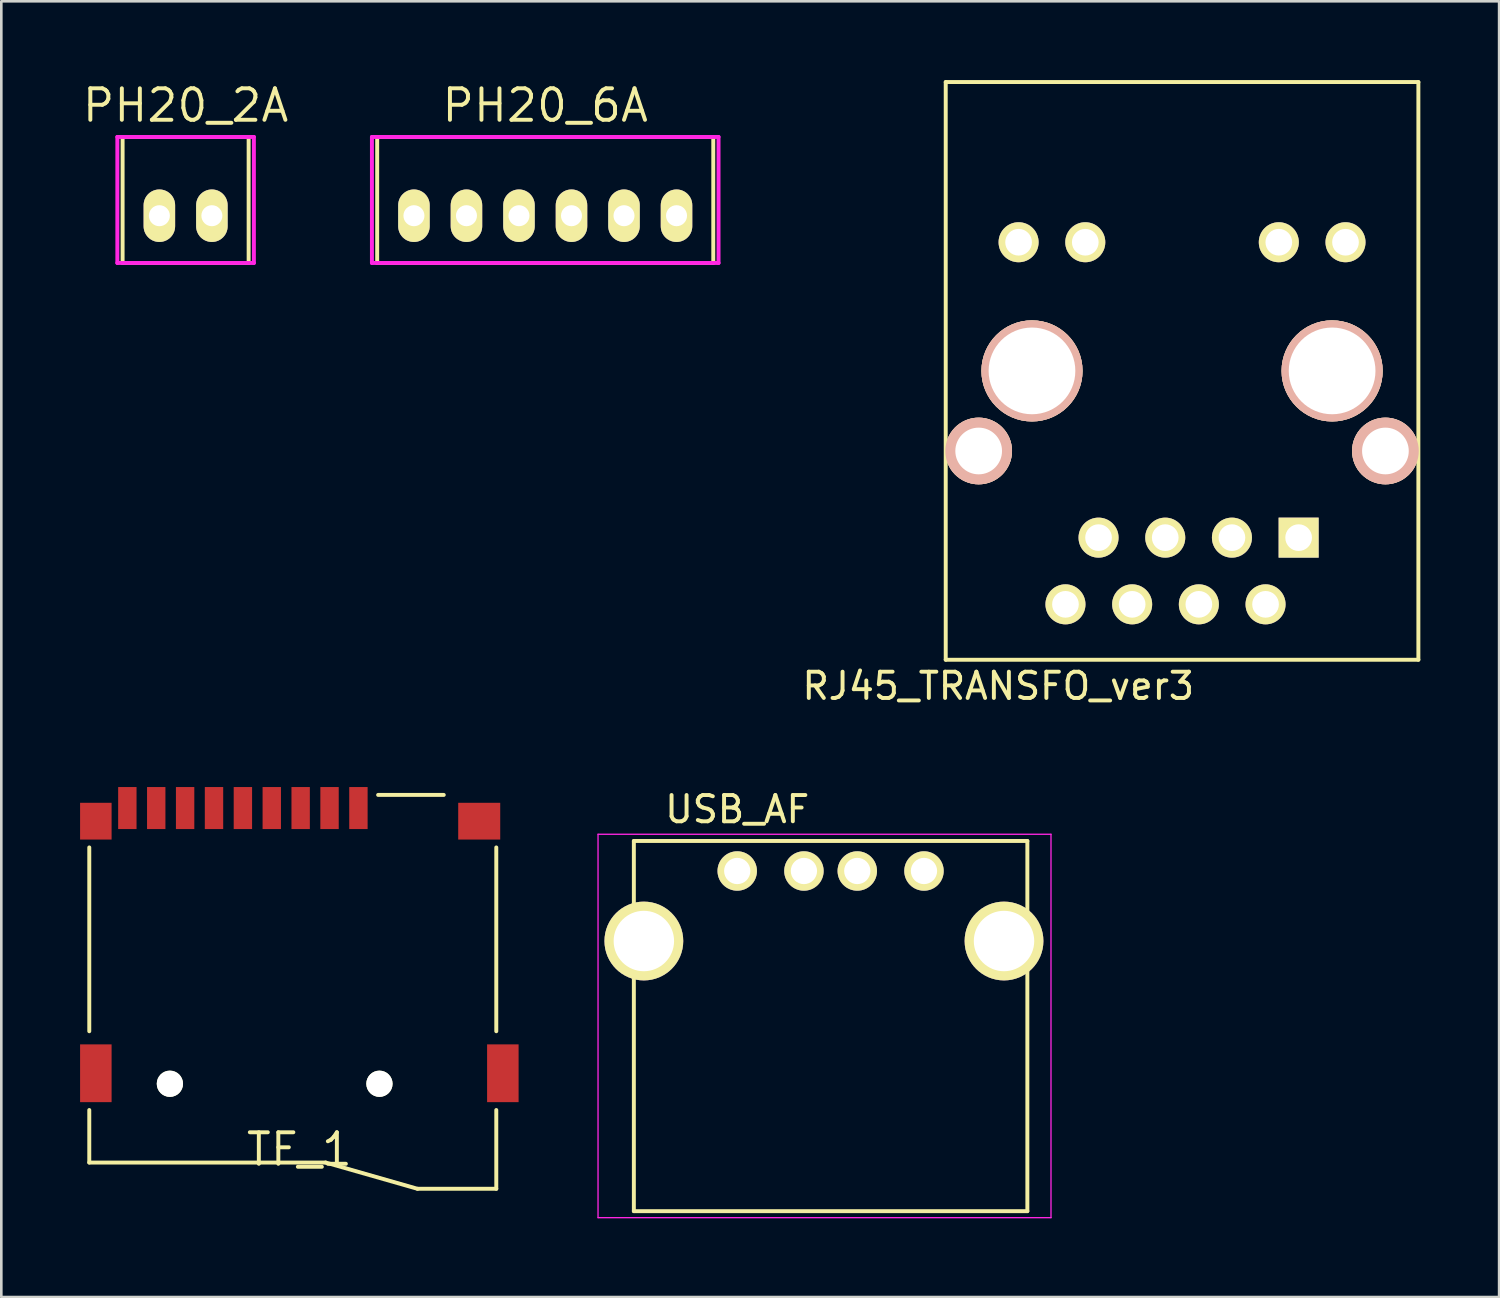
<source format=kicad_pcb>
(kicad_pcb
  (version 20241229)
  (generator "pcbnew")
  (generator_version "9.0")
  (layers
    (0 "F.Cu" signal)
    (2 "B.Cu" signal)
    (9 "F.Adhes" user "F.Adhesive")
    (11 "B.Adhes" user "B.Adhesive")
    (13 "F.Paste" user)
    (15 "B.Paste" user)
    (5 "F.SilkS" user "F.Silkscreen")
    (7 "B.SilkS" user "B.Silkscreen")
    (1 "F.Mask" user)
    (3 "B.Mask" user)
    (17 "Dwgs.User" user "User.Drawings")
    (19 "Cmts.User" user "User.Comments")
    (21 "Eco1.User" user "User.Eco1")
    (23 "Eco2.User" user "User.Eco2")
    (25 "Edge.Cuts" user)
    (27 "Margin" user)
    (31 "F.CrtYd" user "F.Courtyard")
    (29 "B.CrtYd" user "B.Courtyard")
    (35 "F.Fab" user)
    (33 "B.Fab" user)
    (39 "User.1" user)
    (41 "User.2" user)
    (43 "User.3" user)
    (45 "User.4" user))
  (footprint "PH20_6A"
    (layer "F.Cu")
    (at 17.714 5.165)
    (property "Reference" "PH20_6A" (at 0 -4.2 0) (layer "F.SilkS") (effects (font (size 1.2 1.2) (thickness 0.15))))
    (attr through_hole)
    (fp_line (start -6.4 -3) (end 6.4 -3) (stroke (width 0.15) (type solid)) (layer "F.SilkS"))
    (fp_line (start -6.4 1.8) (end -6.4 -3) (stroke (width 0.15) (type solid)) (layer "F.SilkS"))
    (fp_line (start 6.4 -3) (end 6.4 1.8) (stroke (width 0.15) (type solid)) (layer "F.SilkS"))
    (fp_line (start 6.4 1.8) (end -6.4 1.8) (stroke (width 0.15) (type solid)) (layer "F.SilkS"))
    (fp_line (start -6.6 -3) (end 6.6 -3) (stroke (width 0.15) (type solid)) (layer "F.CrtYd"))
    (fp_line (start -6.6 1.8) (end -6.6 -3) (stroke (width 0.15) (type solid)) (layer "F.CrtYd"))
    (fp_line (start 6.6 -3) (end 6.6 1.8) (stroke (width 0.15) (type solid)) (layer "F.CrtYd"))
    (fp_line (start 6.6 1.8) (end -6.6 1.8) (stroke (width 0.15) (type solid)) (layer "F.CrtYd"))
    (pad "1" thru_hole oval (at -5 0) (size 1.2 2) (drill 0.8) (layers "*.Cu" "*.Mask" "F.SilkS"))
    (pad "2" thru_hole oval (at -3 0) (size 1.2 2) (drill 0.8) (layers "*.Cu" "*.Mask" "F.SilkS"))
    (pad "3" thru_hole oval (at -1 0) (size 1.2 2) (drill 0.8) (layers "*.Cu" "*.Mask" "F.SilkS"))
    (pad "4" thru_hole oval (at 1 0) (size 1.2 2) (drill 0.8) (layers "*.Cu" "*.Mask" "F.SilkS"))
    (pad "5" thru_hole oval (at 3 0) (size 1.2 2) (drill 0.8) (layers "*.Cu" "*.Mask" "F.SilkS"))
    (pad "6" thru_hole oval (at 5 0) (size 1.2 2) (drill 0.8) (layers "*.Cu" "*.Mask" "F.SilkS")))
  (footprint "USB_AF"
    (layer "F.Cu")
    (at 25.025 30.122)
    (property "Reference" "USB_AF" (at 0 -2.35 0) (layer "F.SilkS") (effects (font (size 1 1) (thickness 0.15))))
    (attr through_hole)
    (fp_line (start -3.936 12.952) (end -3.936 -1.145) (stroke (width 0.15) (type solid)) (layer "F.SilkS"))
    (fp_line (start 11.05 -1.145) (end -3.936 -1.145) (stroke (width 0.15) (type solid)) (layer "F.SilkS"))
    (fp_line (start 11.05 -1.145) (end 11.05 12.952) (stroke (width 0.15) (type solid)) (layer "F.SilkS"))
    (fp_line (start 11.05 12.952) (end -3.936 12.952) (stroke (width 0.15) (type solid)) (layer "F.SilkS"))
    (fp_line (start -5.3 -1.4) (end 11.95 -1.4) (stroke (width 0.05) (type solid)) (layer "F.CrtYd"))
    (fp_line (start -5.3 13.2) (end -5.3 -1.4) (stroke (width 0.05) (type solid)) (layer "F.CrtYd"))
    (fp_line (start -5.3 13.2) (end 11.95 13.2) (stroke (width 0.05) (type solid)) (layer "F.CrtYd"))
    (fp_line (start 11.95 -1.4) (end 11.95 13.2) (stroke (width 0.05) (type solid)) (layer "F.CrtYd"))
    (pad "1" thru_hole circle (at 0.001 -0.002 270) (size 1.501 1.501) (drill 1.001) (layers "*.Cu" "*.Mask" "F.SilkS"))
    (pad "2" thru_hole circle (at 2.541 -0.002 270) (size 1.501 1.501) (drill 1.001) (layers "*.Cu" "*.Mask" "F.SilkS"))
    (pad "3" thru_hole circle (at 4.573 -0.002 270) (size 1.501 1.501) (drill 1.001) (layers "*.Cu" "*.Mask" "F.SilkS"))
    (pad "4" thru_hole circle (at 7.113 -0.002 270) (size 1.501 1.501) (drill 1.001) (layers "*.Cu" "*.Mask" "F.SilkS"))
    (pad "5" thru_hole circle (at -3.555 2.665 270) (size 3 3) (drill 2.301) (layers "*.Cu" "*.Mask" "F.SilkS"))
    (pad "5" thru_hole circle (at 10.161 2.665 270) (size 3 3) (drill 2.301) (layers "*.Cu" "*.Mask" "F.SilkS")))
  (footprint "TF_1"
    (layer "F.Cu")
    (at 8.35 38.223)
    (property "Reference" "TF_1" (at 0 2.5 0) (layer "F.SilkS") (effects (font (size 1.2 1.2) (thickness 0.15))))
    (attr through_hole)
    (fp_line (start -8 -2) (end -8 -9) (stroke (width 0.15) (type solid)) (layer "F.SilkS"))
    (fp_line (start -8 1) (end -8 3) (stroke (width 0.15) (type solid)) (layer "F.SilkS"))
    (fp_line (start -8 3) (end 1 3) (stroke (width 0.15) (type solid)) (layer "F.SilkS"))
    (fp_line (start 1 3) (end 4.5 4) (stroke (width 0.15) (type solid)) (layer "F.SilkS"))
    (fp_line (start 4.5 4) (end 7.5 4) (stroke (width 0.15) (type solid)) (layer "F.SilkS"))
    (fp_line (start 5.5 -11) (end 3 -11) (stroke (width 0.15) (type solid)) (layer "F.SilkS"))
    (fp_line (start 7.5 -2) (end 7.5 -9) (stroke (width 0.15) (type solid)) (layer "F.SilkS"))
    (fp_line (start 7.5 4) (end 7.5 1) (stroke (width 0.15) (type solid)) (layer "F.SilkS"))
    (pad "" np_thru_hole circle (at -4.93 0) (size 1 1) (drill 1) (layers "*.Cu" "*.Mask" "F.SilkS"))
    (pad "" np_thru_hole circle (at 3.05 0) (size 1 1) (drill 1) (layers "*.Cu" "*.Mask" "F.SilkS"))
    (pad "1" smd rect (at 2.25 -10.5) (size 0.7 1.6) (layers "F.Cu" "F.Mask" "F.Paste"))
    (pad "2" smd rect (at 1.15 -10.5) (size 0.7 1.6) (layers "F.Cu" "F.Mask" "F.Paste"))
    (pad "3" smd rect (at 0.05 -10.5) (size 0.7 1.6) (layers "F.Cu" "F.Mask" "F.Paste"))
    (pad "4" smd rect (at -1.05 -10.5) (size 0.7 1.6) (layers "F.Cu" "F.Mask" "F.Paste"))
    (pad "5" smd rect (at -2.15 -10.5) (size 0.7 1.6) (layers "F.Cu" "F.Mask" "F.Paste"))
    (pad "6" smd rect (at -3.25 -10.5) (size 0.7 1.6) (layers "F.Cu" "F.Mask" "F.Paste"))
    (pad "7" smd rect (at -4.35 -10.5) (size 0.7 1.6) (layers "F.Cu" "F.Mask" "F.Paste"))
    (pad "8" smd rect (at -5.45 -10.5) (size 0.7 1.6) (layers "F.Cu" "F.Mask" "F.Paste"))
    (pad "9" smd rect (at -6.55 -10.5) (size 0.7 1.6) (layers "F.Cu" "F.Mask" "F.Paste"))
    (pad "10" smd rect (at -7.75 -10) (size 1.2 1.4) (layers "F.Cu" "F.Mask" "F.Paste"))
    (pad "10" smd rect (at -7.75 -0.4) (size 1.2 2.2) (layers "F.Cu" "F.Mask" "F.Paste"))
    (pad "10" smd rect (at 6.85 -10) (size 1.6 1.4) (layers "F.Cu" "F.Mask" "F.Paste"))
    (pad "10" smd rect (at 7.75 -0.4) (size 1.2 2.2) (layers "F.Cu" "F.Mask" "F.Paste")))
  (footprint "PH20_2A"
    (layer "F.Cu")
    (at 4.019 5.165)
    (property "Reference" "PH20_2A" (at 0 -4.2 0) (layer "F.SilkS") (effects (font (size 1.2 1.2) (thickness 0.15))))
    (attr through_hole)
    (fp_line (start -2.4 -3) (end 2.4 -3) (stroke (width 0.15) (type solid)) (layer "F.SilkS"))
    (fp_line (start -2.4 1.8) (end -2.4 -3) (stroke (width 0.15) (type solid)) (layer "F.SilkS"))
    (fp_line (start 2.4 -3) (end 2.4 1.8) (stroke (width 0.15) (type solid)) (layer "F.SilkS"))
    (fp_line (start 2.4 1.8) (end -2.4 1.8) (stroke (width 0.15) (type solid)) (layer "F.SilkS"))
    (fp_line (start -2.6 -3) (end 2.6 -3) (stroke (width 0.15) (type solid)) (layer "F.CrtYd"))
    (fp_line (start -2.6 1.8) (end -2.6 -3) (stroke (width 0.15) (type solid)) (layer "F.CrtYd"))
    (fp_line (start 2.6 -3) (end 2.6 1.8) (stroke (width 0.15) (type solid)) (layer "F.CrtYd"))
    (fp_line (start 2.6 1.8) (end -2.6 1.8) (stroke (width 0.15) (type solid)) (layer "F.CrtYd"))
    (pad "1" thru_hole oval (at -1 0) (size 1.2 2) (drill 0.8) (layers "*.Cu" "*.Mask" "F.SilkS"))
    (pad "2" thru_hole oval (at 1 0) (size 1.2 2) (drill 0.8) (layers "*.Cu" "*.Mask" "F.SilkS")))
  (footprint "RJ45_TRANSFO_ver3"
    (layer "F.Cu")
    (at 41.966 11.075)
    (property "Reference" "RJ45_TRANSFO_ver3" (at -7 12 0) (layer "F.SilkS") (effects (font (size 1 1) (thickness 0.15))))
    (attr through_hole)
    (fp_line (start -9 -11) (end 9 -11) (stroke (width 0.15) (type solid)) (layer "F.SilkS"))
    (fp_line (start -9 11) (end -9 -11) (stroke (width 0.15) (type solid)) (layer "F.SilkS"))
    (fp_line (start 9 -11) (end 9 11) (stroke (width 0.15) (type solid)) (layer "F.SilkS"))
    (fp_line (start 9 11) (end -9 11) (stroke (width 0.15) (type solid)) (layer "F.SilkS"))
    (pad "1" thru_hole rect (at 4.44 6.35) (size 1.524 1.524) (drill 1.016) (layers "*.Cu" "*.Mask" "F.SilkS"))
    (pad "2" thru_hole circle (at 3.18 8.89) (size 1.524 1.524) (drill 1.016) (layers "*.Cu" "*.Mask" "F.SilkS"))
    (pad "3" thru_hole circle (at 1.9 6.35) (size 1.524 1.524) (drill 1.016) (layers "*.Cu" "*.Mask" "F.SilkS"))
    (pad "4" thru_hole circle (at 0.64 8.89) (size 1.524 1.524) (drill 1.016) (layers "*.Cu" "*.Mask" "F.SilkS"))
    (pad "5" thru_hole circle (at -0.64 6.35) (size 1.524 1.524) (drill 1.016) (layers "*.Cu" "*.Mask" "F.SilkS"))
    (pad "6" thru_hole circle (at -1.9 8.89) (size 1.524 1.524) (drill 1.016) (layers "*.Cu" "*.Mask" "F.SilkS"))
    (pad "7" thru_hole circle (at -3.18 6.35) (size 1.524 1.524) (drill 1.016) (layers "*.Cu" "*.Mask" "F.SilkS"))
    (pad "8" thru_hole circle (at -4.44 8.89) (size 1.524 1.524) (drill 1.016) (layers "*.Cu" "*.Mask" "F.SilkS"))
    (pad "9" thru_hole circle (at 6.225 -4.9) (size 1.524 1.524) (drill 1.016) (layers "*.Cu" "*.Mask" "F.SilkS"))
    (pad "10" thru_hole circle (at 3.685 -4.9) (size 1.524 1.524) (drill 1.016) (layers "*.Cu" "*.Mask" "F.SilkS"))
    (pad "11" thru_hole circle (at -3.685 -4.9) (size 1.524 1.524) (drill 1.016) (layers "*.Cu" "*.Mask" "F.SilkS"))
    (pad "12" thru_hole circle (at -6.225 -4.9) (size 1.524 1.524) (drill 1.016) (layers "*.Cu" "*.Mask" "F.SilkS"))
    (pad "13" thru_hole circle (at -7.745 3.05) (size 2.54 2.54) (drill 1.778) (layers "*.Cu" "*.SilkS" "*.Mask"))
    (pad "13" thru_hole circle (at 7.745 3.05) (size 2.54 2.54) (drill 1.778) (layers "*.Cu" "*.SilkS" "*.Mask"))
    (pad "Hole" thru_hole circle (at -5.715 0) (size 3.851 3.851) (drill 3.302) (layers "*.Cu" "*.SilkS" "*.Mask"))
    (pad "Hole" thru_hole circle (at 5.715 0) (size 3.851 3.851) (drill 3.302) (layers "*.Cu" "*.SilkS" "*.Mask")))
  (gr_rect
    (start -3 -3)
    (end 54.041 46.346)
    (stroke (width 0.1) (type default))
    (fill no)
    (layer "Edge.Cuts")))
</source>
